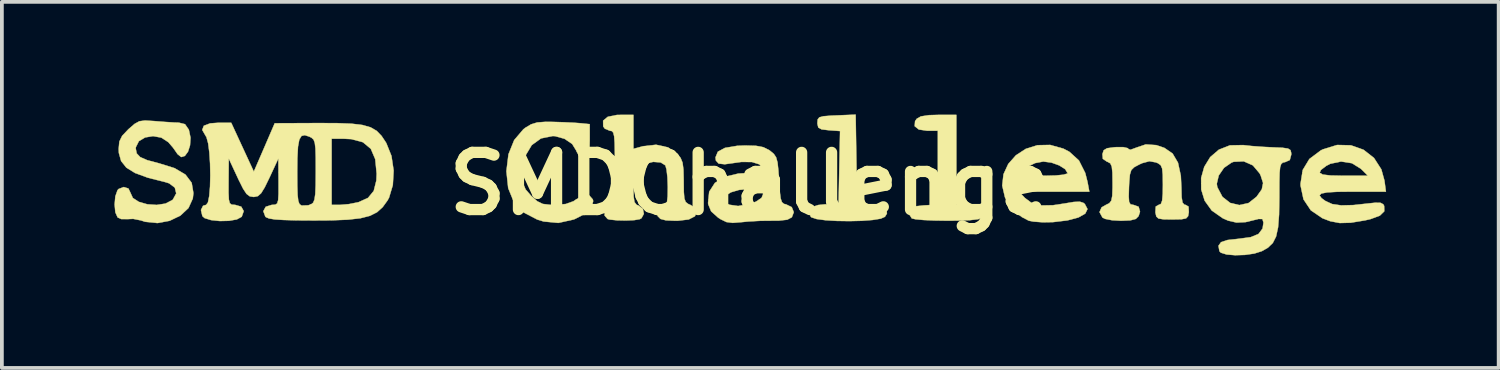
<source format=kicad_pcb>
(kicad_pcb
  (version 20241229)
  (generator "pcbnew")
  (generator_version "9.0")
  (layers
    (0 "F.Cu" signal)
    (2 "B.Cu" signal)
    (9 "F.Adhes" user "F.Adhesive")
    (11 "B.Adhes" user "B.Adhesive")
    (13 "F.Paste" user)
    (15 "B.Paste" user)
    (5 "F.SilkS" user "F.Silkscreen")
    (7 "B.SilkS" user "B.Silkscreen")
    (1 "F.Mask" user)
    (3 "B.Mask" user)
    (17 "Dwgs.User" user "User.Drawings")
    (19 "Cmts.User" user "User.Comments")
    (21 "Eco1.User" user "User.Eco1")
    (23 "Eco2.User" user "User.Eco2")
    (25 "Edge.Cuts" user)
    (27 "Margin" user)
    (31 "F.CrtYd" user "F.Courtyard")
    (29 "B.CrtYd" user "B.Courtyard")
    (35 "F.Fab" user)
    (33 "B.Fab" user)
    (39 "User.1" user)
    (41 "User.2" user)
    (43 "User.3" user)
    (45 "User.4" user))
  (footprint "SMDChallenge"
    (layer "F.Cu")
    (at 16.937 1.846)
    (property "Reference" "SMDChallenge" (at 0 0 0) (layer "F.SilkS") (effects (font (size 1.524 1.524) (thickness 0.3))))
    (attr through_hole)
    (fp_poly (pts (xy 5.503 0.557) (xy 5.873 0.578) (xy 6.1 0.602) (xy 6.22 0.647) (xy 6.267 0.728) (xy 6.268 0.732) (xy 6.268 0.831) (xy 6.212 0.901) (xy 6.081 0.947) (xy 5.857 0.973) (xy 5.522 0.984) (xy 5.256 0.986) (xy 4.918 0.981) (xy 4.627 0.968) (xy 4.415 0.948) (xy 4.315 0.925) (xy 4.246 0.814) (xy 4.245 0.732) (xy 4.289 0.65) (xy 4.405 0.603) (xy 4.627 0.579) (xy 4.64 0.578) (xy 5.009 0.557) (xy 5.009 -1.411) (xy 4.725 -1.411) (xy 4.503 -1.444) (xy 4.392 -1.533) (xy 4.402 -1.665) (xy 4.446 -1.73) (xy 4.558 -1.794) (xy 4.774 -1.827) (xy 5.018 -1.834) (xy 5.503 -1.834) (xy 5.503 0.557)) (stroke (width 0.01) (type solid)) (fill yes) (layer "F.SilkS"))
    (fp_poly (pts (xy 2.838 -0.656) (xy 2.857 0.529) (xy 3.232 0.551) (xy 3.502 0.592) (xy 3.643 0.675) (xy 3.652 0.797) (xy 3.598 0.883) (xy 3.487 0.932) (xy 3.27 0.967) (xy 2.98 0.989) (xy 2.652 0.997) (xy 2.32 0.992) (xy 2.018 0.974) (xy 1.78 0.942) (xy 1.639 0.896) (xy 1.624 0.883) (xy 1.557 0.739) (xy 1.624 0.633) (xy 1.822 0.568) (xy 1.99 0.551) (xy 2.364 0.529) (xy 2.383 -0.437) (xy 2.403 -1.403) (xy 2.101 -1.425) (xy 1.911 -1.448) (xy 1.823 -1.497) (xy 1.799 -1.599) (xy 1.799 -1.623) (xy 1.807 -1.714) (xy 1.851 -1.769) (xy 1.96 -1.798) (xy 2.166 -1.814) (xy 2.309 -1.82) (xy 2.819 -1.841) (xy 2.838 -0.656)) (stroke (width 0.01) (type solid)) (fill yes) (layer "F.SilkS"))
    (fp_poly (pts (xy 16.02 -1.023) (xy 16.356 -0.904) (xy 16.634 -0.686) (xy 16.83 -0.382) (xy 16.913 -0.082) (xy 16.952 0.212) (xy 16.061 0.212) (xy 15.657 0.216) (xy 15.383 0.232) (xy 15.229 0.263) (xy 15.183 0.312) (xy 15.235 0.384) (xy 15.341 0.462) (xy 15.52 0.543) (xy 15.759 0.578) (xy 16.083 0.57) (xy 16.421 0.533) (xy 16.667 0.507) (xy 16.809 0.51) (xy 16.88 0.548) (xy 16.905 0.592) (xy 16.908 0.736) (xy 16.789 0.852) (xy 16.54 0.944) (xy 16.392 0.978) (xy 16.015 1.04) (xy 15.722 1.048) (xy 15.468 1) (xy 15.259 0.92) (xy 14.951 0.71) (xy 14.755 0.417) (xy 14.677 0.051) (xy 14.676 0) (xy 14.723 -0.292) (xy 15.186 -0.292) (xy 15.267 -0.244) (xy 15.473 -0.219) (xy 15.809 -0.212) (xy 15.82 -0.212) (xy 16.472 -0.212) (xy 16.286 -0.397) (xy 16.045 -0.546) (xy 15.755 -0.591) (xy 15.465 -0.53) (xy 15.358 -0.473) (xy 15.219 -0.366) (xy 15.186 -0.292) (xy 14.723 -0.292) (xy 14.735 -0.366) (xy 14.912 -0.659) (xy 15.214 -0.886) (xy 15.274 -0.916) (xy 15.651 -1.032) (xy 16.02 -1.023)) (stroke (width 0.01) (type solid)) (fill yes) (layer "F.SilkS"))
    (fp_poly (pts (xy -5.256 -1.647) (xy -4.964 -1.638) (xy -4.691 -1.625) (xy -4.516 -1.612) (xy -4.269 -1.587) (xy -4.269 -1.164) (xy -4.274 -0.927) (xy -4.297 -0.796) (xy -4.351 -0.738) (xy -4.425 -0.719) (xy -4.554 -0.738) (xy -4.624 -0.866) (xy -4.627 -0.88) (xy -4.737 -1.059) (xy -4.941 -1.197) (xy -5.192 -1.267) (xy -5.256 -1.27) (xy -5.568 -1.207) (xy -5.814 -1.029) (xy -5.982 -0.748) (xy -6.062 -0.379) (xy -6.068 -0.242) (xy -6.05 -0.014) (xy -5.977 0.154) (xy -5.828 0.325) (xy -5.668 0.468) (xy -5.521 0.539) (xy -5.323 0.563) (xy -5.202 0.564) (xy -4.91 0.542) (xy -4.703 0.468) (xy -4.631 0.418) (xy -4.436 0.312) (xy -4.28 0.313) (xy -4.187 0.419) (xy -4.177 0.463) (xy -4.22 0.637) (xy -4.389 0.801) (xy -4.669 0.943) (xy -4.705 0.956) (xy -5.105 1.045) (xy -5.495 1.008) (xy -5.669 0.955) (xy -6.035 0.764) (xy -6.292 0.486) (xy -6.442 0.119) (xy -6.49 -0.333) (xy -6.435 -0.784) (xy -6.282 -1.163) (xy -6.039 -1.449) (xy -5.988 -1.489) (xy -5.833 -1.582) (xy -5.67 -1.632) (xy -5.447 -1.649) (xy -5.256 -1.647)) (stroke (width 0.01) (type solid)) (fill yes) (layer "F.SilkS"))
    (fp_poly (pts (xy 8.356 -0.934) (xy 8.516 -0.85) (xy 8.77 -0.619) (xy 8.938 -0.286) (xy 8.998 -0.05) (xy 9.047 0.212) (xy 7.172 0.212) (xy 7.331 0.381) (xy 7.514 0.517) (xy 7.754 0.58) (xy 8.076 0.574) (xy 8.377 0.529) (xy 8.635 0.486) (xy 8.794 0.48) (xy 8.89 0.511) (xy 8.927 0.541) (xy 8.998 0.676) (xy 8.938 0.797) (xy 8.757 0.9) (xy 8.464 0.978) (xy 8.079 1.024) (xy 7.806 1.029) (xy 7.556 1.01) (xy 7.433 0.986) (xy 7.247 0.888) (xy 7.05 0.729) (xy 6.996 0.672) (xy 6.798 0.363) (xy 6.725 0.05) (xy 6.759 -0.252) (xy 6.768 -0.271) (xy 7.267 -0.271) (xy 7.332 -0.244) (xy 7.506 -0.224) (xy 7.756 -0.213) (xy 7.867 -0.212) (xy 8.15 -0.219) (xy 8.357 -0.24) (xy 8.46 -0.27) (xy 8.467 -0.281) (xy 8.404 -0.386) (xy 8.246 -0.487) (xy 8.038 -0.562) (xy 7.825 -0.59) (xy 7.817 -0.59) (xy 7.601 -0.549) (xy 7.41 -0.457) (xy 7.288 -0.339) (xy 7.267 -0.271) (xy 6.768 -0.271) (xy 6.886 -0.526) (xy 7.09 -0.757) (xy 7.354 -0.929) (xy 7.664 -1.026) (xy 8.003 -1.033) (xy 8.356 -0.934)) (stroke (width 0.01) (type solid)) (fill yes) (layer "F.SilkS"))
    (fp_poly (pts (xy 0.162 -1.01) (xy 0.36 -0.972) (xy 0.515 -0.894) (xy 0.541 -0.875) (xy 0.638 -0.794) (xy 0.699 -0.702) (xy 0.737 -0.565) (xy 0.76 -0.349) (xy 0.776 -0.099) (xy 0.796 0.202) (xy 0.819 0.39) (xy 0.854 0.492) (xy 0.908 0.538) (xy 0.964 0.551) (xy 1.116 0.625) (xy 1.17 0.76) (xy 1.118 0.895) (xy 0.995 0.96) (xy 0.756 0.986) (xy 0.605 0.986) (xy 0.286 0.989) (xy -0.052 1.008) (xy -0.212 1.024) (xy -0.457 1.044) (xy -0.626 1.022) (xy -0.784 0.945) (xy -0.847 0.904) (xy -1.033 0.737) (xy -1.111 0.548) (xy -1.115 0.513) (xy -1.106 0.418) (xy -0.697 0.418) (xy -0.635 0.514) (xy -0.547 0.561) (xy -0.314 0.595) (xy -0.01 0.538) (xy 0.159 0.48) (xy 0.31 0.379) (xy 0.353 0.274) (xy 0.332 0.195) (xy 0.249 0.155) (xy 0.07 0.142) (xy -0.02 0.141) (xy -0.291 0.166) (xy -0.507 0.23) (xy -0.648 0.319) (xy -0.697 0.418) (xy -1.106 0.418) (xy -1.085 0.214) (xy -0.933 -0.021) (xy -0.671 -0.184) (xy -0.307 -0.27) (xy -0.083 -0.282) (xy 0.161 -0.287) (xy 0.293 -0.308) (xy 0.341 -0.353) (xy 0.34 -0.401) (xy 0.251 -0.516) (xy 0.054 -0.578) (xy -0.227 -0.58) (xy -0.398 -0.556) (xy -0.67 -0.518) (xy -0.832 -0.536) (xy -0.906 -0.616) (xy -0.917 -0.701) (xy -0.854 -0.853) (xy -0.664 -0.955) (xy -0.343 -1.009) (xy -0.129 -1.018) (xy 0.162 -1.01)) (stroke (width 0.01) (type solid)) (fill yes) (layer "F.SilkS"))
    (fp_poly (pts (xy 13.148 -1.029) (xy 13.376 -1.004) (xy 13.674 -0.982) (xy 13.935 -0.969) (xy 14.193 -0.958) (xy 14.341 -0.937) (xy 14.409 -0.895) (xy 14.428 -0.819) (xy 14.429 -0.776) (xy 14.39 -0.631) (xy 14.27 -0.577) (xy 14.205 -0.563) (xy 14.161 -0.525) (xy 14.133 -0.442) (xy 14.118 -0.29) (xy 14.112 -0.045) (xy 14.111 0.315) (xy 14.111 0.364) (xy 14.104 0.821) (xy 14.078 1.161) (xy 14.025 1.406) (xy 13.937 1.58) (xy 13.808 1.705) (xy 13.645 1.798) (xy 13.443 1.862) (xy 13.192 1.898) (xy 12.932 1.906) (xy 12.706 1.887) (xy 12.553 1.839) (xy 12.514 1.799) (xy 12.489 1.655) (xy 12.557 1.559) (xy 12.734 1.5) (xy 13.021 1.469) (xy 13.349 1.425) (xy 13.558 1.338) (xy 13.665 1.194) (xy 13.688 1.037) (xy 13.66 0.941) (xy 13.553 0.94) (xy 13.529 0.947) (xy 13.213 1.024) (xy 12.969 1.036) (xy 12.746 0.984) (xy 12.603 0.921) (xy 12.31 0.716) (xy 12.121 0.453) (xy 12.029 0.155) (xy 12.028 0.001) (xy 12.444 0.001) (xy 12.458 0.092) (xy 12.595 0.351) (xy 12.802 0.513) (xy 13.045 0.57) (xy 13.292 0.515) (xy 13.505 0.347) (xy 13.644 0.15) (xy 13.678 -0.018) (xy 13.615 -0.215) (xy 13.585 -0.276) (xy 13.406 -0.488) (xy 13.163 -0.596) (xy 12.896 -0.584) (xy 12.838 -0.563) (xy 12.636 -0.423) (xy 12.496 -0.219) (xy 12.444 0.001) (xy 12.028 0.001) (xy 12.027 -0.154) (xy 12.11 -0.449) (xy 12.269 -0.709) (xy 12.5 -0.907) (xy 12.794 -1.022) (xy 13.146 -1.029) (xy 13.148 -1.029)) (stroke (width 0.01) (type solid)) (fill yes) (layer "F.SilkS"))
    (fp_poly (pts (xy -15.891 -1.67) (xy -15.852 -1.667) (xy -15.583 -1.646) (xy -15.343 -1.631) (xy -15.221 -1.627) (xy -15.056 -1.586) (xy -14.956 -1.442) (xy -14.952 -1.431) (xy -14.909 -1.225) (xy -14.922 -1.024) (xy -14.976 -0.854) (xy -15.06 -0.74) (xy -15.158 -0.71) (xy -15.257 -0.79) (xy -15.271 -0.812) (xy -15.375 -0.96) (xy -15.501 -1.107) (xy -15.688 -1.228) (xy -15.907 -1.268) (xy -16.119 -1.233) (xy -16.286 -1.133) (xy -16.366 -0.973) (xy -16.369 -0.936) (xy -16.343 -0.807) (xy -16.25 -0.709) (xy -16.066 -0.628) (xy -15.766 -0.548) (xy -15.754 -0.545) (xy -15.333 -0.414) (xy -15.043 -0.242) (xy -14.878 -0.023) (xy -14.832 0.249) (xy -14.848 0.394) (xy -14.963 0.648) (xy -15.18 0.851) (xy -15.467 0.989) (xy -15.791 1.049) (xy -16.119 1.015) (xy -16.228 0.979) (xy -16.437 0.937) (xy -16.588 0.944) (xy -16.755 0.943) (xy -16.852 0.899) (xy -16.913 0.762) (xy -16.932 0.554) (xy -16.913 0.338) (xy -16.856 0.175) (xy -16.828 0.142) (xy -16.689 0.089) (xy -16.564 0.128) (xy -16.51 0.241) (xy -16.447 0.38) (xy -16.284 0.485) (xy -16.06 0.549) (xy -15.811 0.566) (xy -15.576 0.53) (xy -15.394 0.436) (xy -15.379 0.422) (xy -15.29 0.259) (xy -15.327 0.105) (xy -15.479 -0.01) (xy -15.577 -0.041) (xy -16.045 -0.159) (xy -16.388 -0.285) (xy -16.62 -0.429) (xy -16.759 -0.604) (xy -16.819 -0.819) (xy -16.824 -0.928) (xy -16.806 -1.123) (xy -16.731 -1.276) (xy -16.57 -1.446) (xy -16.556 -1.459) (xy -16.4 -1.594) (xy -16.273 -1.664) (xy -16.122 -1.684) (xy -15.891 -1.67)) (stroke (width 0.01) (type solid)) (fill yes) (layer "F.SilkS"))
    (fp_poly (pts (xy -3.104 -0.929) (xy -2.848 -0.999) (xy -2.5 -1.038) (xy -2.182 -0.968) (xy -1.933 -0.796) (xy -1.846 -0.686) (xy -1.795 -0.56) (xy -1.771 -0.378) (xy -1.764 -0.1) (xy -1.764 -0.059) (xy -1.761 0.221) (xy -1.747 0.392) (xy -1.711 0.488) (xy -1.645 0.54) (xy -1.587 0.564) (xy -1.456 0.645) (xy -1.411 0.725) (xy -1.464 0.867) (xy -1.63 0.953) (xy -1.917 0.987) (xy -1.987 0.988) (xy -2.238 0.977) (xy -2.383 0.939) (xy -2.457 0.865) (xy -2.457 0.864) (xy -2.496 0.695) (xy -2.424 0.588) (xy -2.322 0.564) (xy -2.25 0.549) (xy -2.209 0.483) (xy -2.192 0.336) (xy -2.188 0.088) (xy -2.198 -0.17) (xy -2.222 -0.378) (xy -2.253 -0.488) (xy -2.377 -0.567) (xy -2.575 -0.582) (xy -2.794 -0.533) (xy -2.922 -0.469) (xy -3.023 -0.388) (xy -3.078 -0.287) (xy -3.1 -0.122) (xy -3.104 0.099) (xy -3.099 0.348) (xy -3.075 0.491) (xy -3.023 0.56) (xy -2.963 0.585) (xy -2.853 0.67) (xy -2.826 0.803) (xy -2.889 0.919) (xy -2.934 0.945) (xy -3.081 0.971) (xy -3.304 0.981) (xy -3.543 0.976) (xy -3.735 0.956) (xy -3.792 0.941) (xy -3.873 0.849) (xy -3.868 0.716) (xy -3.788 0.607) (xy -3.739 0.585) (xy -3.683 0.562) (xy -3.644 0.511) (xy -3.62 0.412) (xy -3.606 0.239) (xy -3.6 -0.028) (xy -3.598 -0.412) (xy -3.598 -0.432) (xy -3.6 -0.821) (xy -3.605 -1.091) (xy -3.618 -1.264) (xy -3.642 -1.36) (xy -3.678 -1.402) (xy -3.731 -1.411) (xy -3.732 -1.411) (xy -3.865 -1.465) (xy -3.91 -1.526) (xy -3.912 -1.68) (xy -3.788 -1.783) (xy -3.546 -1.832) (xy -3.449 -1.834) (xy -3.104 -1.834) (xy -3.104 -0.929)) (stroke (width 0.01) (type solid)) (fill yes) (layer "F.SilkS"))
    (fp_poly (pts (xy 10.832 -1.028) (xy 11.047 -0.955) (xy 11.266 -0.804) (xy 11.41 -0.56) (xy 11.486 -0.209) (xy 11.501 0.104) (xy 11.507 0.359) (xy 11.531 0.502) (xy 11.579 0.559) (xy 11.611 0.564) (xy 11.691 0.61) (xy 11.699 0.758) (xy 11.679 0.866) (xy 11.626 0.924) (xy 11.505 0.948) (xy 11.282 0.952) (xy 11.254 0.953) (xy 11.019 0.949) (xy 10.89 0.928) (xy 10.832 0.874) (xy 10.809 0.771) (xy 10.808 0.758) (xy 10.817 0.609) (xy 10.896 0.564) (xy 10.954 0.54) (xy 10.988 0.449) (xy 11.004 0.265) (xy 11.007 0.034) (xy 11.004 -0.238) (xy 10.988 -0.403) (xy 10.949 -0.494) (xy 10.877 -0.545) (xy 10.821 -0.568) (xy 10.648 -0.599) (xy 10.454 -0.547) (xy 10.38 -0.513) (xy 10.245 -0.441) (xy 10.166 -0.364) (xy 10.128 -0.242) (xy 10.11 -0.037) (xy 10.104 0.088) (xy 10.097 0.342) (xy 10.107 0.485) (xy 10.144 0.549) (xy 10.214 0.564) (xy 10.221 0.564) (xy 10.361 0.614) (xy 10.398 0.745) (xy 10.36 0.864) (xy 10.286 0.939) (xy 10.142 0.977) (xy 9.893 0.988) (xy 9.889 0.988) (xy 9.653 0.974) (xy 9.469 0.938) (xy 9.398 0.903) (xy 9.318 0.757) (xy 9.374 0.631) (xy 9.49 0.564) (xy 9.58 0.52) (xy 9.633 0.451) (xy 9.658 0.323) (xy 9.666 0.102) (xy 9.666 -0.025) (xy 9.662 -0.296) (xy 9.645 -0.458) (xy 9.606 -0.542) (xy 9.537 -0.581) (xy 9.519 -0.586) (xy 9.407 -0.662) (xy 9.396 -0.789) (xy 9.43 -0.891) (xy 9.519 -0.945) (xy 9.703 -0.97) (xy 9.754 -0.974) (xy 9.955 -0.974) (xy 10.073 -0.947) (xy 10.089 -0.925) (xy 10.142 -0.904) (xy 10.272 -0.951) (xy 10.283 -0.956) (xy 10.552 -1.047) (xy 10.832 -1.028)) (stroke (width 0.01) (type solid)) (fill yes) (layer "F.SilkS"))
    (fp_poly (pts (xy -13.523 -0.972) (xy -13.222 -0.322) (xy -12.943 -0.966) (xy -12.665 -1.611) (xy -11.51 -1.616) (xy -11.003 -1.614) (xy -10.614 -1.599) (xy -10.324 -1.564) (xy -10.109 -1.502) (xy -9.947 -1.408) (xy -9.818 -1.275) (xy -9.699 -1.096) (xy -9.689 -1.078) (xy -9.553 -0.739) (xy -9.495 -0.35) (xy -9.517 0.037) (xy -9.618 0.373) (xy -9.658 0.446) (xy -9.787 0.624) (xy -9.936 0.759) (xy -10.127 0.856) (xy -10.381 0.921) (xy -10.717 0.959) (xy -11.156 0.977) (xy -11.62 0.98) (xy -12.085 0.977) (xy -12.428 0.967) (xy -12.665 0.952) (xy -12.816 0.927) (xy -12.898 0.893) (xy -12.915 0.877) (xy -12.969 0.733) (xy -12.905 0.615) (xy -12.745 0.565) (xy -12.737 0.564) (xy -12.652 0.56) (xy -12.6 0.527) (xy -12.573 0.438) (xy -12.563 0.266) (xy -12.563 -0.017) (xy -12.563 -0.053) (xy -12.565 -0.309) (xy -12.065 -0.309) (xy -12.063 0.057) (xy -12.055 0.304) (xy -12.037 0.458) (xy -12.006 0.541) (xy -11.959 0.577) (xy -11.942 0.582) (xy -11.773 0.576) (xy -11.695 0.55) (xy -11.641 0.507) (xy -11.606 0.424) (xy -11.584 0.276) (xy -11.574 0.039) (xy -11.571 -0.313) (xy -11.571 -0.344) (xy -11.572 -0.698) (xy -11.579 -0.938) (xy -11.597 -1.088) (xy -11.629 -1.175) (xy -11.656 -1.199) (xy -11.148 -1.199) (xy -11.148 0.564) (xy -10.918 0.564) (xy -10.688 0.544) (xy -10.441 0.495) (xy -10.427 0.491) (xy -10.178 0.378) (xy -10.026 0.193) (xy -9.956 -0.085) (xy -9.948 -0.266) (xy -9.986 -0.654) (xy -10.104 -0.93) (xy -10.314 -1.105) (xy -10.624 -1.188) (xy -10.835 -1.199) (xy -11.148 -1.199) (xy -11.656 -1.199) (xy -11.682 -1.224) (xy -11.739 -1.253) (xy -11.863 -1.294) (xy -11.951 -1.273) (xy -12.01 -1.175) (xy -12.045 -0.984) (xy -12.061 -0.683) (xy -12.065 -0.309) (xy -12.565 -0.309) (xy -12.568 -0.67) (xy -12.806 -0.159) (xy -12.933 0.101) (xy -13.028 0.255) (xy -13.114 0.331) (xy -13.212 0.352) (xy -13.229 0.353) (xy -13.33 0.337) (xy -13.417 0.271) (xy -13.509 0.131) (xy -13.63 -0.111) (xy -13.652 -0.159) (xy -13.89 -0.67) (xy -13.895 -0.053) (xy -13.896 0.243) (xy -13.887 0.425) (xy -13.862 0.52) (xy -13.813 0.558) (xy -13.731 0.564) (xy -13.721 0.564) (xy -13.557 0.612) (xy -13.491 0.73) (xy -13.543 0.877) (xy -13.547 0.883) (xy -13.675 0.952) (xy -13.884 0.989) (xy -14.128 0.995) (xy -14.361 0.97) (xy -14.534 0.917) (xy -14.593 0.864) (xy -14.631 0.701) (xy -14.575 0.589) (xy -14.493 0.564) (xy -14.445 0.5) (xy -14.41 0.326) (xy -14.389 0.074) (xy -14.382 -0.223) (xy -14.388 -0.534) (xy -14.407 -0.828) (xy -14.439 -1.074) (xy -14.484 -1.24) (xy -14.508 -1.279) (xy -14.597 -1.433) (xy -14.555 -1.544) (xy -14.386 -1.608) (xy -14.181 -1.623) (xy -13.824 -1.623) (xy -13.523 -0.972)) (stroke (width 0.01) (type solid)) (fill yes) (layer "F.SilkS")))
  (gr_rect
    (start -3 -3)
    (end 36.894 6.757)
    (stroke (width 0.1) (type default))
    (fill no)
    (layer "Edge.Cuts")))
</source>
